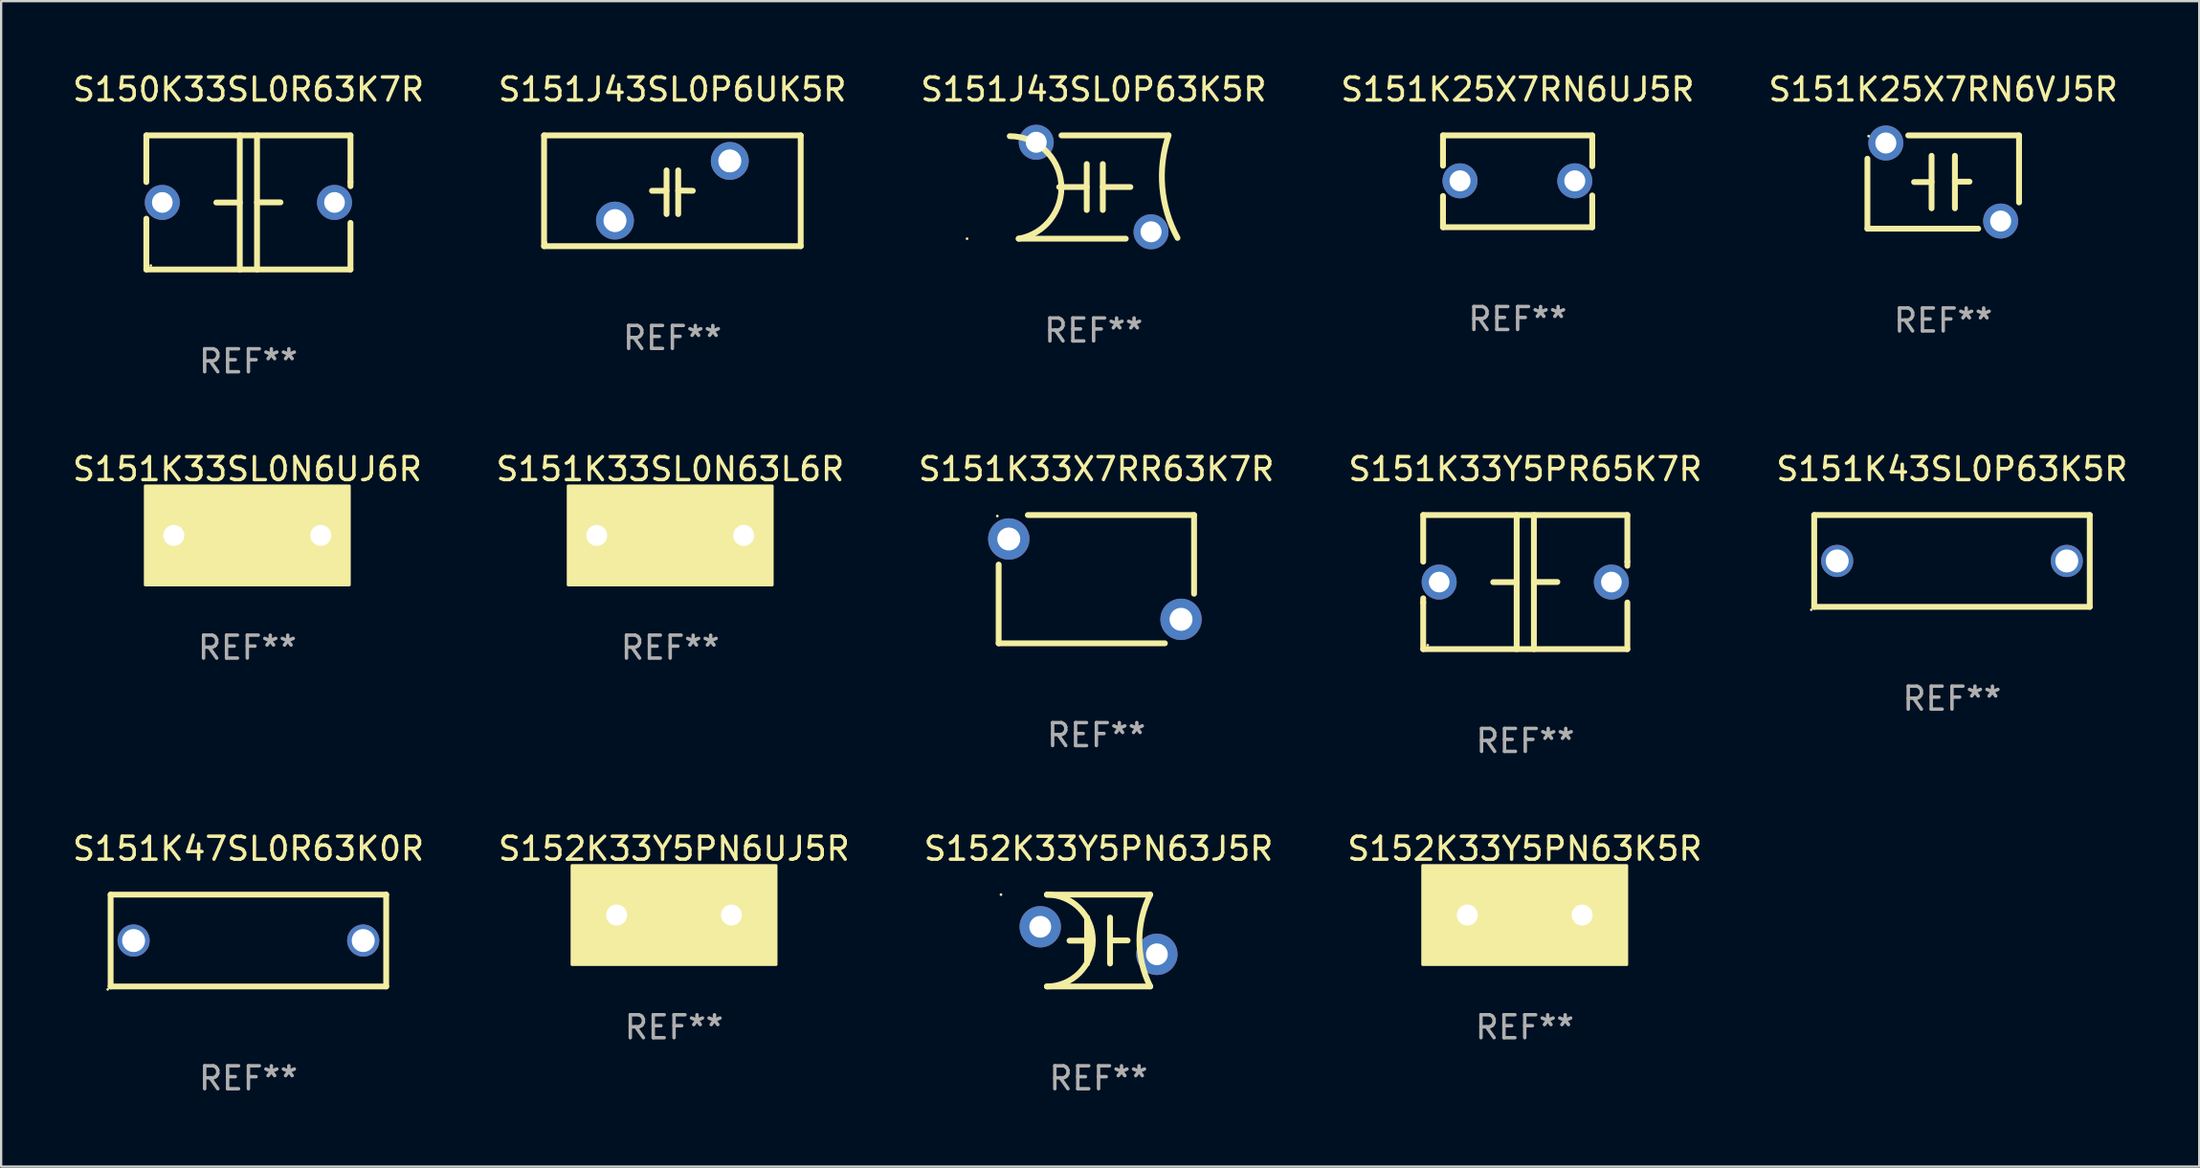
<source format=kicad_pcb>
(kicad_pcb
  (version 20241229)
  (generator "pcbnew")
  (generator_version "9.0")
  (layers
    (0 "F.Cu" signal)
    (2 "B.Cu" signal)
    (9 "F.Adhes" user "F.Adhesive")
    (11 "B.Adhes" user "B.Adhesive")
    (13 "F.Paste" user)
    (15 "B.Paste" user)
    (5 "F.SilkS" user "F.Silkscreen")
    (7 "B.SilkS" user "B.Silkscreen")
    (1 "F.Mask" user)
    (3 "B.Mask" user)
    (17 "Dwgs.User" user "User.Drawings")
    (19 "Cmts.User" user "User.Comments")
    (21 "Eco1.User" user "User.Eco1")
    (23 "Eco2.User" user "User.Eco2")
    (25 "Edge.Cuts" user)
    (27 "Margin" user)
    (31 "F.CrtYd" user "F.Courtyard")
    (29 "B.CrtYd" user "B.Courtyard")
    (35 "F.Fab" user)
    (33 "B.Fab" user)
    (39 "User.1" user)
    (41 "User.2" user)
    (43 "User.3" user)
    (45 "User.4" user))
  (footprint "S152K33Y5PN63J5R"
    (layer "F.Cu")
    (at 44.792 37.925)
    (property "Reference" "S152K33Y5PN63J5R" (at 0 -4 0) (layer "F.SilkS") (effects (font (size 1 1) (thickness 0.15))))
    (attr through_hole)
    (fp_line (start -2.25 2) (end 2.25 2) (stroke (width 0.254) (type solid)) (layer "F.SilkS"))
    (fp_line (start -0.5 0.005) (end -1.265 0.005) (stroke (width 0.254) (type solid)) (layer "F.SilkS"))
    (fp_line (start -0.5 1) (end -0.5 -1) (stroke (width 0.254) (type solid)) (layer "F.SilkS"))
    (fp_line (start 0.5 -1) (end 0.5 1) (stroke (width 0.254) (type solid)) (layer "F.SilkS"))
    (fp_line (start 0.5 -0.005) (end 1.265 -0.005) (stroke (width 0.254) (type solid)) (layer "F.SilkS"))
    (fp_line (start 2.25 -2) (end -2.25 -2) (stroke (width 0.254) (type solid)) (layer "F.SilkS"))
    (fp_arc (start -2.250445 -1.998984) (mid -0.250953 0.000292) (end -2.250013 2) (stroke (width 0.254001) (type solid)) (layer "F.SilkS"))
    (fp_arc (start 2.250445 1.998983) (mid 1.778282 -0.000457) (end 2.250013 -2) (stroke (width 0.254001) (type solid)) (layer "F.SilkS"))
    (fp_circle (center -4.25 -2) (end -4.22 -2) (stroke (width 0.06) (type solid)) (fill no) (layer "F.SilkS"))
    (fp_text user "REF**" (at 0 6 0) (layer "F.Fab") (effects (font (size 1 1) (thickness 0.15))))
    (pad "1" thru_hole circle (at -2.54 -0.6) (size 1.8 1.8) (drill 0.95) (layers "*.Cu" "*.Mask"))
    (pad "2" thru_hole circle (at 2.54 0.6) (size 1.8 1.8) (drill 0.95) (layers "*.Cu" "*.Mask")))
  (footprint "S151K33Y5PR65K7R"
    (layer "F.Cu")
    (at 63.375 22.308)
    (property "Reference" "S151K33Y5PR65K7R" (at 0 -4.921 0) (layer "F.SilkS") (effects (font (size 1 1) (thickness 0.15))))
    (attr through_hole)
    (fp_line (start -4.445 -2.921) (end 4.445 -2.921) (stroke (width 0.254) (type solid)) (layer "F.SilkS"))
    (fp_line (start -4.445 -0.889) (end -4.445 -2.921) (stroke (width 0.254) (type solid)) (layer "F.SilkS"))
    (fp_line (start -4.445 0.889) (end -4.445 0.708) (stroke (width 0.254) (type solid)) (layer "F.SilkS"))
    (fp_line (start -4.445 2.921) (end -4.445 0.889) (stroke (width 0.254) (type solid)) (layer "F.SilkS"))
    (fp_line (start -0.375 0.004) (end -1.397 0.004) (stroke (width 0.254) (type solid)) (layer "F.SilkS"))
    (fp_line (start -0.375 2.921) (end -0.375 -2.921) (stroke (width 0.254) (type solid)) (layer "F.SilkS"))
    (fp_line (start 0.375 -2.921) (end 0.375 2.921) (stroke (width 0.254) (type solid)) (layer "F.SilkS"))
    (fp_line (start 0.375 -0.004) (end 1.397 -0.004) (stroke (width 0.254) (type solid)) (layer "F.SilkS"))
    (fp_line (start 4.445 -2.921) (end 4.445 -0.889) (stroke (width 0.254) (type solid)) (layer "F.SilkS"))
    (fp_line (start 4.445 -0.889) (end 4.445 -0.708) (stroke (width 0.254) (type solid)) (layer "F.SilkS"))
    (fp_line (start 4.445 0.889) (end 4.445 2.921) (stroke (width 0.254) (type solid)) (layer "F.SilkS"))
    (fp_line (start 4.445 2.921) (end -4.445 2.921) (stroke (width 0.254) (type solid)) (layer "F.SilkS"))
    (fp_circle (center -4.25 2.75) (end -4.22 2.75) (stroke (width 0.06) (type solid)) (fill no) (layer "F.SilkS"))
    (fp_text user "REF**" (at 0 6.921 0) (layer "F.Fab") (effects (font (size 1 1) (thickness 0.15))))
    (pad "1" thru_hole circle (at -3.75 0) (size 1.524 1.524) (drill 0.9) (layers "*.Cu" "*.Mask"))
    (pad "2" thru_hole circle (at 3.75 0) (size 1.524 1.524) (drill 0.9) (layers "*.Cu" "*.Mask")))
  (footprint "S152K33Y5PN6UJ5R"
    (layer "F.Cu")
    (at 26.304 36.814)
    (property "Reference" "S152K33Y5PN6UJ5R" (at 0 -2.889 0) (layer "F.SilkS") (effects (font (size 1 1) (thickness 0.15))))
    (attr through_hole)
    (fp_line (start -0.508 0) (end -1.27 0) (stroke (width 0.254) (type solid)) (layer "F.SilkS"))
    (fp_line (start -0.508 0.889) (end -0.508 -0.889) (stroke (width 0.254) (type solid)) (layer "F.SilkS"))
    (fp_line (start 0.508 -0.889) (end 0.508 0.889) (stroke (width 0.254) (type solid)) (layer "F.SilkS"))
    (fp_line (start 0.508 0) (end 1.27 0) (stroke (width 0.254) (type solid)) (layer "F.SilkS"))
    (fp_circle (center -4.25 2) (end -4.22 2) (stroke (width 0.06) (type solid)) (fill no) (layer "F.SilkS"))
    (fp_poly (pts (xy -4.445 -2.159) (xy 4.445 -2.159) (xy 4.445 2.159) (xy -4.445 2.159)) (stroke (width 0.12) (type solid)) (fill yes) (layer "F.SilkS"))
    (fp_text user "REF**" (at 0 4.889 0) (layer "F.Fab") (effects (font (size 1 1) (thickness 0.15))))
    (pad "1" thru_hole circle (at -2.5 0) (size 1.524 1.524) (drill 0.914) (layers "*.Cu" "*.Mask"))
    (pad "2" thru_hole circle (at 2.5 0) (size 1.524 1.524) (drill 0.914) (layers "*.Cu" "*.Mask")))
  (footprint "S151K33X7RR63K7R"
    (layer "F.Cu")
    (at 44.696 22.181)
    (property "Reference" "S151K33X7RR63K7R" (at 0 -4.794 0) (layer "F.SilkS") (effects (font (size 1 1) (thickness 0.15))))
    (attr through_hole)
    (fp_line (start -4.255 2.794) (end -4.255 -0.635) (stroke (width 0.254) (type solid)) (layer "F.SilkS"))
    (fp_line (start -4.255 2.794) (end 2.985 2.794) (stroke (width 0.254) (type solid)) (layer "F.SilkS"))
    (fp_line (start -2.985 -2.794) (end 4.255 -2.794) (stroke (width 0.254) (type solid)) (layer "F.SilkS"))
    (fp_line (start 4.255 -2.794) (end 4.255 0.635) (stroke (width 0.254) (type solid)) (layer "F.SilkS"))
    (fp_circle (center -4.313 -2.75) (end -4.283 -2.75) (stroke (width 0.06) (type solid)) (fill no) (layer "F.SilkS"))
    (fp_text user "REF**" (at 0 6.794 0) (layer "F.Fab") (effects (font (size 1 1) (thickness 0.15))))
    (pad "1" thru_hole circle (at -3.814 -1.75) (size 1.8 1.8) (drill 1) (layers "*.Cu" "*.Mask"))
    (pad "2" thru_hole circle (at 3.687 1.75) (size 1.8 1.8) (drill 1) (layers "*.Cu" "*.Mask")))
  (footprint "S151K33SL0N63L6R"
    (layer "F.Cu")
    (at 26.137 20.276)
    (property "Reference" "S151K33SL0N63L6R" (at 0 -2.889 0) (layer "F.SilkS") (effects (font (size 1 1) (thickness 0.15))))
    (attr through_hole)
    (fp_line (start -0.508 0) (end -1.397 0) (stroke (width 0.254) (type solid)) (layer "F.SilkS"))
    (fp_line (start -0.508 0.889) (end -0.508 -0.889) (stroke (width 0.254) (type solid)) (layer "F.SilkS"))
    (fp_line (start 0.508 -0.889) (end 0.508 0.889) (stroke (width 0.254) (type solid)) (layer "F.SilkS"))
    (fp_line (start 0.508 0) (end 1.397 0) (stroke (width 0.254) (type solid)) (layer "F.SilkS"))
    (fp_circle (center -4.25 2) (end -4.22 2) (stroke (width 0.06) (type solid)) (fill no) (layer "F.SilkS"))
    (fp_poly (pts (xy -4.445 -2.159) (xy 4.445 -2.159) (xy 4.445 2.159) (xy -4.445 2.159)) (stroke (width 0.12) (type solid)) (fill yes) (layer "F.SilkS"))
    (fp_text user "REF**" (at 0 4.889 0) (layer "F.Fab") (effects (font (size 1 1) (thickness 0.15))))
    (pad "1" thru_hole circle (at -3.2 0) (size 1.524 1.524) (drill 0.914) (layers "*.Cu" "*.Mask"))
    (pad "2" thru_hole circle (at 3.2 0) (size 1.524 1.524) (drill 0.914) (layers "*.Cu" "*.Mask")))
  (footprint "S151J43SL0P63K5R"
    (layer "F.Cu")
    (at 44.577 5.098)
    (property "Reference" "S151J43SL0P63K5R" (at 0 -4.25 0) (layer "F.SilkS") (effects (font (size 1 1) (thickness 0.15))))
    (attr through_hole)
    (fp_line (start -3.262 2.25) (end 1.4 2.25) (stroke (width 0.254) (type solid)) (layer "F.SilkS"))
    (fp_line (start -1.5 0) (end -0.3 0) (stroke (width 0.254) (type solid)) (layer "F.SilkS"))
    (fp_line (start -0.3 -1) (end -0.3 1) (stroke (width 0.254) (type solid)) (layer "F.SilkS"))
    (fp_line (start 0.4 -1) (end 0.4 1) (stroke (width 0.254) (type solid)) (layer "F.SilkS"))
    (fp_line (start 1.6 0) (end 0.4 0) (stroke (width 0.254) (type solid)) (layer "F.SilkS"))
    (fp_line (start 3.262 -2.25) (end -1.4 -2.25) (stroke (width 0.254) (type solid)) (layer "F.SilkS"))
    (fp_arc (start -3.652909 -2.215824) (mid -1.411448 -0.16182) (end -3.262433 2.250013) (stroke (width 0.254001) (type solid)) (layer "F.SilkS"))
    (fp_arc (start 3.653085 2.215825) (mid 2.992593 0.023597) (end 3.262433 -2.250013) (stroke (width 0.254001) (type solid)) (layer "F.SilkS"))
    (fp_circle (center -5.512 2.25) (end -5.482 2.25) (stroke (width 0.06) (type solid)) (fill no) (layer "F.SilkS"))
    (fp_text user "REF**" (at 0 6.25 0) (layer "F.Fab") (effects (font (size 1 1) (thickness 0.15))))
    (pad "1" thru_hole circle (at -2.5 -1.95) (size 1.524 1.524) (drill 0.914) (layers "*.Cu" "*.Mask"))
    (pad "2" thru_hole circle (at 2.5 1.95) (size 1.524 1.524) (drill 0.914) (layers "*.Cu" "*.Mask")))
  (footprint "S151K33SL0N6UJ6R"
    (layer "F.Cu")
    (at 7.72 20.276)
    (property "Reference" "S151K33SL0N6UJ6R" (at 0 -2.889 0) (layer "F.SilkS") (effects (font (size 1 1) (thickness 0.15))))
    (attr through_hole)
    (fp_line (start -0.508 0) (end -1.397 0) (stroke (width 0.254) (type solid)) (layer "F.SilkS"))
    (fp_line (start -0.508 0.889) (end -0.508 -0.889) (stroke (width 0.254) (type solid)) (layer "F.SilkS"))
    (fp_line (start 0.508 -0.889) (end 0.508 0.889) (stroke (width 0.254) (type solid)) (layer "F.SilkS"))
    (fp_line (start 0.508 0) (end 1.397 0) (stroke (width 0.254) (type solid)) (layer "F.SilkS"))
    (fp_circle (center -4.25 2) (end -4.22 2) (stroke (width 0.06) (type solid)) (fill no) (layer "F.SilkS"))
    (fp_poly (pts (xy -4.445 -2.159) (xy 4.445 -2.159) (xy 4.445 2.159) (xy -4.445 2.159)) (stroke (width 0.12) (type solid)) (fill yes) (layer "F.SilkS"))
    (fp_text user "REF**" (at 0 4.889 0) (layer "F.Fab") (effects (font (size 1 1) (thickness 0.15))))
    (pad "1" thru_hole circle (at -3.2 0) (size 1.524 1.524) (drill 0.914) (layers "*.Cu" "*.Mask"))
    (pad "2" thru_hole circle (at 3.2 0) (size 1.524 1.524) (drill 0.914) (layers "*.Cu" "*.Mask")))
  (footprint "S152K33Y5PN63K5R"
    (layer "F.Cu")
    (at 63.351 36.814)
    (property "Reference" "S152K33Y5PN63K5R" (at 0 -2.889 0) (layer "F.SilkS") (effects (font (size 1 1) (thickness 0.15))))
    (attr through_hole)
    (fp_line (start -0.508 0) (end -1.27 0) (stroke (width 0.254) (type solid)) (layer "F.SilkS"))
    (fp_line (start -0.508 0.889) (end -0.508 -0.889) (stroke (width 0.254) (type solid)) (layer "F.SilkS"))
    (fp_line (start 0.508 -0.889) (end 0.508 0.889) (stroke (width 0.254) (type solid)) (layer "F.SilkS"))
    (fp_line (start 0.508 0) (end 1.27 0) (stroke (width 0.254) (type solid)) (layer "F.SilkS"))
    (fp_circle (center -4.25 2) (end -4.22 2) (stroke (width 0.06) (type solid)) (fill no) (layer "F.SilkS"))
    (fp_poly (pts (xy -4.445 -2.159) (xy 4.445 -2.159) (xy 4.445 2.159) (xy -4.445 2.159)) (stroke (width 0.12) (type solid)) (fill yes) (layer "F.SilkS"))
    (fp_text user "REF**" (at 0 4.889 0) (layer "F.Fab") (effects (font (size 1 1) (thickness 0.15))))
    (pad "1" thru_hole circle (at -2.5 0) (size 1.524 1.524) (drill 0.914) (layers "*.Cu" "*.Mask"))
    (pad "2" thru_hole circle (at 2.5 0) (size 1.524 1.524) (drill 0.914) (layers "*.Cu" "*.Mask")))
  (footprint "S151K43SL0P63K5R"
    (layer "F.Cu")
    (at 81.958 21.387)
    (property "Reference" "S151K43SL0P63K5R" (at 0 -4 0) (layer "F.SilkS") (effects (font (size 1 1) (thickness 0.15))))
    (attr through_hole)
    (fp_line (start -6 -2) (end -6 2) (stroke (width 0.254) (type solid)) (layer "F.SilkS"))
    (fp_line (start -6 -2) (end 6 -2) (stroke (width 0.254) (type solid)) (layer "F.SilkS"))
    (fp_line (start 6 -2) (end 6 2) (stroke (width 0.254) (type solid)) (layer "F.SilkS"))
    (fp_line (start 6 2) (end -6 2) (stroke (width 0.254) (type solid)) (layer "F.SilkS"))
    (fp_circle (center -6.127 2.127) (end -6.097 2.127) (stroke (width 0.06) (type solid)) (fill no) (layer "F.SilkS"))
    (fp_text user "REF**" (at 0 6 0) (layer "F.Fab") (effects (font (size 1 1) (thickness 0.15))))
    (pad "1" thru_hole circle (at -5 0) (size 1.4 1.4) (drill 1) (layers "*.Cu" "*.Mask"))
    (pad "2" thru_hole circle (at 5 0) (size 1.4 1.4) (drill 1) (layers "*.Cu" "*.Mask")))
  (footprint "S151K25X7RN6UJ5R"
    (layer "F.Cu")
    (at 63.042 4.848)
    (property "Reference" "S151K25X7RN6UJ5R" (at 0 -4 0) (layer "F.SilkS") (effects (font (size 1 1) (thickness 0.15))))
    (attr through_hole)
    (fp_line (start -3.25 -2) (end -3.25 -0.68) (stroke (width 0.254) (type solid)) (layer "F.SilkS"))
    (fp_line (start -3.25 -2) (end 3.25 -2) (stroke (width 0.254) (type solid)) (layer "F.SilkS"))
    (fp_line (start -3.25 0.64) (end -3.25 2) (stroke (width 0.254) (type solid)) (layer "F.SilkS"))
    (fp_line (start 3.25 -2) (end 3.25 -0.657) (stroke (width 0.254) (type solid)) (layer "F.SilkS"))
    (fp_line (start 3.25 0.617) (end 3.25 2) (stroke (width 0.254) (type solid)) (layer "F.SilkS"))
    (fp_line (start 3.25 2) (end -3.25 2) (stroke (width 0.254) (type solid)) (layer "F.SilkS"))
    (fp_circle (center -3.26 1.98) (end -3.23 1.98) (stroke (width 0.06) (type solid)) (fill no) (layer "F.SilkS"))
    (fp_text user "REF**" (at 0 6 0) (layer "F.Fab") (effects (font (size 1 1) (thickness 0.15))))
    (pad "1" thru_hole circle (at -2.509 -0.02) (size 1.524 1.524) (drill 0.914) (layers "*.Cu" "*.Mask"))
    (pad "2" thru_hole circle (at 2.489 -0.02) (size 1.524 1.524) (drill 0.914) (layers "*.Cu" "*.Mask")))
  (footprint "S151K25X7RN6VJ5R"
    (layer "F.Cu")
    (at 81.577 4.88)
    (property "Reference" "S151K25X7RN6VJ5R" (at 0 -4.032 0) (layer "F.SilkS") (effects (font (size 1 1) (thickness 0.15))))
    (attr through_hole)
    (fp_line (start -3.302 2.032) (end -3.302 -1.016) (stroke (width 0.254) (type solid)) (layer "F.SilkS"))
    (fp_line (start -3.302 2.032) (end 1.524 2.032) (stroke (width 0.254) (type solid)) (layer "F.SilkS"))
    (fp_line (start -1.524 -2.032) (end 3.302 -2.032) (stroke (width 0.254) (type solid)) (layer "F.SilkS"))
    (fp_line (start -1.27 0) (end -0.508 0) (stroke (width 0.254) (type solid)) (layer "F.SilkS"))
    (fp_line (start -0.508 1.143) (end -0.508 -1.143) (stroke (width 0.254) (type solid)) (layer "F.SilkS"))
    (fp_line (start 0.508 -0.016) (end 1.143 -0.016) (stroke (width 0.254) (type solid)) (layer "F.SilkS"))
    (fp_line (start 0.508 1.143) (end 0.508 -1.143) (stroke (width 0.254) (type solid)) (layer "F.SilkS"))
    (fp_line (start 3.302 -2.032) (end 3.302 0.889) (stroke (width 0.254) (type solid)) (layer "F.SilkS"))
    (fp_circle (center -3.25 -2) (end -3.22 -2) (stroke (width 0.06) (type solid)) (fill no) (layer "F.SilkS"))
    (fp_text user "REF**" (at 0 6.032 0) (layer "F.Fab") (effects (font (size 1 1) (thickness 0.15))))
    (pad "1" thru_hole circle (at -2.5 -1.7) (size 1.524 1.524) (drill 0.914) (layers "*.Cu" "*.Mask"))
    (pad "2" thru_hole circle (at 2.5 1.7) (size 1.524 1.524) (drill 0.914) (layers "*.Cu" "*.Mask")))
  (footprint "S151J43SL0P6UK5R"
    (layer "F.Cu")
    (at 26.232 5.261)
    (property "Reference" "S151J43SL0P6UK5R" (at 0 -4.413 0) (layer "F.SilkS") (effects (font (size 1 1) (thickness 0.15))))
    (attr through_hole)
    (fp_line (start -5.588 -2.413) (end -5.588 2.413) (stroke (width 0.254) (type solid)) (layer "F.SilkS"))
    (fp_line (start -5.588 2.413) (end 5.588 2.413) (stroke (width 0.254) (type solid)) (layer "F.SilkS"))
    (fp_line (start -0.889 0) (end -0.254 0) (stroke (width 0.254) (type solid)) (layer "F.SilkS"))
    (fp_line (start -0.254 -0.889) (end -0.254 1.016) (stroke (width 0.254) (type solid)) (layer "F.SilkS"))
    (fp_line (start 0.254 -0.889) (end 0.254 1.016) (stroke (width 0.254) (type solid)) (layer "F.SilkS"))
    (fp_line (start 0.254 -0.01) (end 0.889 0) (stroke (width 0.254) (type solid)) (layer "F.SilkS"))
    (fp_line (start 5.588 -2.413) (end -5.588 -2.413) (stroke (width 0.254) (type solid)) (layer "F.SilkS"))
    (fp_line (start 5.588 2.413) (end 5.588 -2.413) (stroke (width 0.254) (type solid)) (layer "F.SilkS"))
    (fp_circle (center -5.5 2.25) (end -5.47 2.25) (stroke (width 0.06) (type solid)) (fill no) (layer "F.SilkS"))
    (fp_text user "REF**" (at 0 6.413 0) (layer "F.Fab") (effects (font (size 1 1) (thickness 0.15))))
    (pad "1" thru_hole circle (at -2.5 1.3) (size 1.65 1.65) (drill 1) (layers "*.Cu" "*.Mask"))
    (pad "2" thru_hole circle (at 2.5 -1.3) (size 1.65 1.65) (drill 1) (layers "*.Cu" "*.Mask")))
  (footprint "S151K47SL0R63K0R"
    (layer "F.Cu")
    (at 7.768 37.925)
    (property "Reference" "S151K47SL0R63K0R" (at 0 -4 0) (layer "F.SilkS") (effects (font (size 1 1) (thickness 0.15))))
    (attr through_hole)
    (fp_line (start -6 -2) (end -6 2) (stroke (width 0.254) (type solid)) (layer "F.SilkS"))
    (fp_line (start -6 -2) (end 6 -2) (stroke (width 0.254) (type solid)) (layer "F.SilkS"))
    (fp_line (start 6 -2) (end 6 2) (stroke (width 0.254) (type solid)) (layer "F.SilkS"))
    (fp_line (start 6 2) (end -6 2) (stroke (width 0.254) (type solid)) (layer "F.SilkS"))
    (fp_circle (center -6.127 2.127) (end -6.097 2.127) (stroke (width 0.06) (type solid)) (fill no) (layer "F.SilkS"))
    (fp_text user "REF**" (at 0 6 0) (layer "F.Fab") (effects (font (size 1 1) (thickness 0.15))))
    (pad "1" thru_hole circle (at -5 0) (size 1.4 1.4) (drill 1) (layers "*.Cu" "*.Mask"))
    (pad "2" thru_hole circle (at 5 0) (size 1.4 1.4) (drill 1) (layers "*.Cu" "*.Mask")))
  (footprint "S150K33SL0R63K7R"
    (layer "F.Cu")
    (at 7.768 5.769)
    (property "Reference" "S150K33SL0R63K7R" (at 0 -4.921 0) (layer "F.SilkS") (effects (font (size 1 1) (thickness 0.15))))
    (attr through_hole)
    (fp_line (start -4.445 -2.921) (end 4.445 -2.921) (stroke (width 0.254) (type solid)) (layer "F.SilkS"))
    (fp_line (start -4.445 -0.889) (end -4.445 -2.921) (stroke (width 0.254) (type solid)) (layer "F.SilkS"))
    (fp_line (start -4.445 0.889) (end -4.445 0.708) (stroke (width 0.254) (type solid)) (layer "F.SilkS"))
    (fp_line (start -4.445 2.921) (end -4.445 0.889) (stroke (width 0.254) (type solid)) (layer "F.SilkS"))
    (fp_line (start -0.375 0.004) (end -1.397 0.004) (stroke (width 0.254) (type solid)) (layer "F.SilkS"))
    (fp_line (start -0.375 2.921) (end -0.375 -2.921) (stroke (width 0.254) (type solid)) (layer "F.SilkS"))
    (fp_line (start 0.375 -2.921) (end 0.375 2.921) (stroke (width 0.254) (type solid)) (layer "F.SilkS"))
    (fp_line (start 0.375 -0.004) (end 1.397 -0.004) (stroke (width 0.254) (type solid)) (layer "F.SilkS"))
    (fp_line (start 4.445 -2.921) (end 4.445 -0.889) (stroke (width 0.254) (type solid)) (layer "F.SilkS"))
    (fp_line (start 4.445 -0.889) (end 4.445 -0.708) (stroke (width 0.254) (type solid)) (layer "F.SilkS"))
    (fp_line (start 4.445 0.889) (end 4.445 2.921) (stroke (width 0.254) (type solid)) (layer "F.SilkS"))
    (fp_line (start 4.445 2.921) (end -4.445 2.921) (stroke (width 0.254) (type solid)) (layer "F.SilkS"))
    (fp_circle (center -4.25 2.75) (end -4.22 2.75) (stroke (width 0.06) (type solid)) (fill no) (layer "F.SilkS"))
    (fp_text user "REF**" (at 0 6.921 0) (layer "F.Fab") (effects (font (size 1 1) (thickness 0.15))))
    (pad "1" thru_hole circle (at -3.75 0) (size 1.524 1.524) (drill 0.9) (layers "*.Cu" "*.Mask"))
    (pad "2" thru_hole circle (at 3.75 0) (size 1.524 1.524) (drill 0.9) (layers "*.Cu" "*.Mask")))
  (gr_rect
    (start -3 -3)
    (end 92.726 47.774)
    (stroke (width 0.1) (type default))
    (fill no)
    (layer "Edge.Cuts")))
</source>
